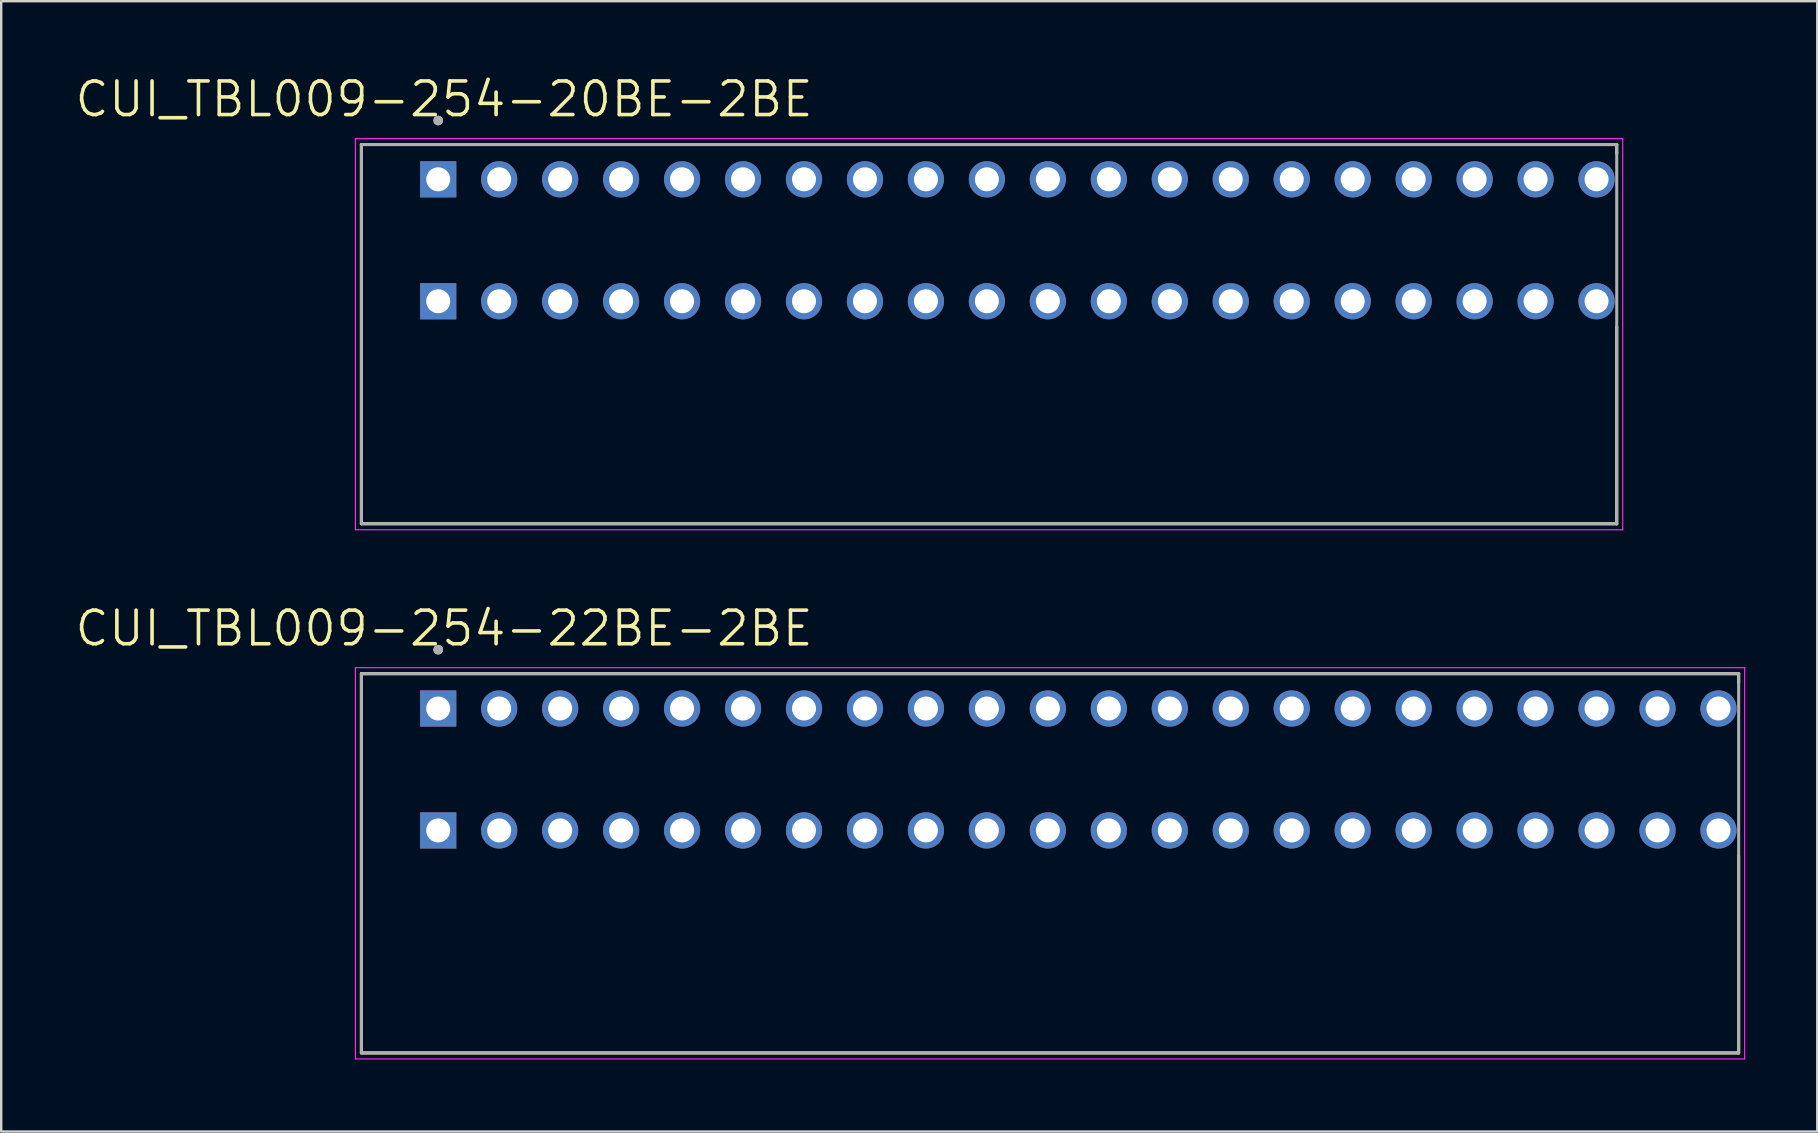
<source format=kicad_pcb>
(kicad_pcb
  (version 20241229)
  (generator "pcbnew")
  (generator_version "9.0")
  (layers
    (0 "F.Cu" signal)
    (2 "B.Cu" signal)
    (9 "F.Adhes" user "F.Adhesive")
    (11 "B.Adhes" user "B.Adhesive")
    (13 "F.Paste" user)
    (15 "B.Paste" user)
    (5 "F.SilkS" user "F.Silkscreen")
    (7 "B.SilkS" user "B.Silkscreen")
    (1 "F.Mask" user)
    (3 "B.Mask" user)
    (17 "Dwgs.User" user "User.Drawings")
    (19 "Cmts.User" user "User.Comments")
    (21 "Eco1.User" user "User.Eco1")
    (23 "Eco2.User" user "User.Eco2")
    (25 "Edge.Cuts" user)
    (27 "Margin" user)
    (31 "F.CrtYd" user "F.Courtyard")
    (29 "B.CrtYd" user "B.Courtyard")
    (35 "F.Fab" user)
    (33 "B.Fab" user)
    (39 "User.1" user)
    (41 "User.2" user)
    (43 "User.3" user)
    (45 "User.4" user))
  (footprint "CUI_TBL009-254-20BE-2BE"
    (layer "F.Cu")
    (at 15.207 4.421)
    (property "Reference" "CUI_TBL009-254-20BE-2BE" (at 0.245 -3.339 0) (layer "F.SilkS") (effects (font (size 1.4 1.4) (thickness 0.15))))
    (attr through_hole)
    (fp_line (start -3.2 -1.45) (end 49.1 -1.45) (stroke (width 0.127) (type solid)) (layer "F.SilkS"))
    (fp_line (start -3.2 14.35) (end -3.2 -1.45) (stroke (width 0.127) (type solid)) (layer "F.SilkS"))
    (fp_line (start 49.1 -1.45) (end 49.1 -1.07) (stroke (width 0.127) (type solid)) (layer "F.SilkS"))
    (fp_line (start 49.1 6.15) (end 49.1 14.35) (stroke (width 0.127) (type solid)) (layer "F.SilkS"))
    (fp_line (start 49.1 14.35) (end -3.2 14.35) (stroke (width 0.127) (type solid)) (layer "F.SilkS"))
    (fp_circle (center 0 -2.45) (end 0.1 -2.45) (stroke (width 0.2) (type solid)) (fill no) (layer "F.SilkS"))
    (fp_line (start -3.45 -1.7) (end 49.35 -1.7) (stroke (width 0.05) (type solid)) (layer "F.CrtYd"))
    (fp_line (start -3.45 14.6) (end -3.45 -1.7) (stroke (width 0.05) (type solid)) (layer "F.CrtYd"))
    (fp_line (start 49.35 -1.7) (end 49.35 14.6) (stroke (width 0.05) (type solid)) (layer "F.CrtYd"))
    (fp_line (start 49.35 14.6) (end -3.45 14.6) (stroke (width 0.05) (type solid)) (layer "F.CrtYd"))
    (fp_line (start -3.2 -1.45) (end 49.1 -1.45) (stroke (width 0.127) (type solid)) (layer "F.Fab"))
    (fp_line (start -3.2 14.35) (end -3.2 -1.45) (stroke (width 0.127) (type solid)) (layer "F.Fab"))
    (fp_line (start 49.1 -1.45) (end 49.1 14.35) (stroke (width 0.127) (type solid)) (layer "F.Fab"))
    (fp_line (start 49.1 14.35) (end -3.2 14.35) (stroke (width 0.127) (type solid)) (layer "F.Fab"))
    (fp_circle (center 0 -2.45) (end 0.1 -2.45) (stroke (width 0.2) (type solid)) (fill no) (layer "F.Fab"))
    (pad "1_A" thru_hole rect (at 0 0) (size 1.508 1.508) (drill 1) (layers "*.Cu" "*.Mask"))
    (pad "1_B" thru_hole rect (at 0 5.08) (size 1.508 1.508) (drill 1) (layers "*.Cu" "*.Mask"))
    (pad "2_A" thru_hole circle (at 2.54 0) (size 1.508 1.508) (drill 1) (layers "*.Cu" "*.Mask"))
    (pad "2_B" thru_hole circle (at 2.54 5.08) (size 1.508 1.508) (drill 1) (layers "*.Cu" "*.Mask"))
    (pad "3_A" thru_hole circle (at 5.08 0) (size 1.508 1.508) (drill 1) (layers "*.Cu" "*.Mask"))
    (pad "3_B" thru_hole circle (at 5.08 5.08) (size 1.508 1.508) (drill 1) (layers "*.Cu" "*.Mask"))
    (pad "4_A" thru_hole circle (at 7.62 0) (size 1.508 1.508) (drill 1) (layers "*.Cu" "*.Mask"))
    (pad "4_B" thru_hole circle (at 7.62 5.08) (size 1.508 1.508) (drill 1) (layers "*.Cu" "*.Mask"))
    (pad "5_A" thru_hole circle (at 10.16 0) (size 1.508 1.508) (drill 1) (layers "*.Cu" "*.Mask"))
    (pad "5_B" thru_hole circle (at 10.16 5.08) (size 1.508 1.508) (drill 1) (layers "*.Cu" "*.Mask"))
    (pad "6_A" thru_hole circle (at 12.7 0) (size 1.508 1.508) (drill 1) (layers "*.Cu" "*.Mask"))
    (pad "6_B" thru_hole circle (at 12.7 5.08) (size 1.508 1.508) (drill 1) (layers "*.Cu" "*.Mask"))
    (pad "7_A" thru_hole circle (at 15.24 0) (size 1.508 1.508) (drill 1) (layers "*.Cu" "*.Mask"))
    (pad "7_B" thru_hole circle (at 15.24 5.08) (size 1.508 1.508) (drill 1) (layers "*.Cu" "*.Mask"))
    (pad "8_A" thru_hole circle (at 17.78 0) (size 1.508 1.508) (drill 1) (layers "*.Cu" "*.Mask"))
    (pad "8_B" thru_hole circle (at 17.78 5.08) (size 1.508 1.508) (drill 1) (layers "*.Cu" "*.Mask"))
    (pad "9_A" thru_hole circle (at 20.32 0) (size 1.508 1.508) (drill 1) (layers "*.Cu" "*.Mask"))
    (pad "9_B" thru_hole circle (at 20.32 5.08) (size 1.508 1.508) (drill 1) (layers "*.Cu" "*.Mask"))
    (pad "10_A" thru_hole circle (at 22.86 0) (size 1.508 1.508) (drill 1) (layers "*.Cu" "*.Mask"))
    (pad "10_B" thru_hole circle (at 22.86 5.08) (size 1.508 1.508) (drill 1) (layers "*.Cu" "*.Mask"))
    (pad "11_A" thru_hole circle (at 25.4 0) (size 1.508 1.508) (drill 1) (layers "*.Cu" "*.Mask"))
    (pad "11_B" thru_hole circle (at 25.4 5.08) (size 1.508 1.508) (drill 1) (layers "*.Cu" "*.Mask"))
    (pad "12_A" thru_hole circle (at 27.94 0) (size 1.508 1.508) (drill 1) (layers "*.Cu" "*.Mask"))
    (pad "12_B" thru_hole circle (at 27.94 5.08) (size 1.508 1.508) (drill 1) (layers "*.Cu" "*.Mask"))
    (pad "13_A" thru_hole circle (at 30.48 0) (size 1.508 1.508) (drill 1) (layers "*.Cu" "*.Mask"))
    (pad "13_B" thru_hole circle (at 30.48 5.08) (size 1.508 1.508) (drill 1) (layers "*.Cu" "*.Mask"))
    (pad "14_A" thru_hole circle (at 33.02 0) (size 1.508 1.508) (drill 1) (layers "*.Cu" "*.Mask"))
    (pad "14_B" thru_hole circle (at 33.02 5.08) (size 1.508 1.508) (drill 1) (layers "*.Cu" "*.Mask"))
    (pad "15_A" thru_hole circle (at 35.56 0) (size 1.508 1.508) (drill 1) (layers "*.Cu" "*.Mask"))
    (pad "15_B" thru_hole circle (at 35.56 5.08) (size 1.508 1.508) (drill 1) (layers "*.Cu" "*.Mask"))
    (pad "16_A" thru_hole circle (at 38.1 0) (size 1.508 1.508) (drill 1) (layers "*.Cu" "*.Mask"))
    (pad "16_B" thru_hole circle (at 38.1 5.08) (size 1.508 1.508) (drill 1) (layers "*.Cu" "*.Mask"))
    (pad "17_A" thru_hole circle (at 40.64 0) (size 1.508 1.508) (drill 1) (layers "*.Cu" "*.Mask"))
    (pad "17_B" thru_hole circle (at 40.64 5.08) (size 1.508 1.508) (drill 1) (layers "*.Cu" "*.Mask"))
    (pad "18_A" thru_hole circle (at 43.18 0) (size 1.508 1.508) (drill 1) (layers "*.Cu" "*.Mask"))
    (pad "18_B" thru_hole circle (at 43.18 5.08) (size 1.508 1.508) (drill 1) (layers "*.Cu" "*.Mask"))
    (pad "19_A" thru_hole circle (at 45.72 0) (size 1.508 1.508) (drill 1) (layers "*.Cu" "*.Mask"))
    (pad "19_B" thru_hole circle (at 45.72 5.08) (size 1.508 1.508) (drill 1) (layers "*.Cu" "*.Mask"))
    (pad "20_A" thru_hole circle (at 48.26 0) (size 1.508 1.508) (drill 1) (layers "*.Cu" "*.Mask"))
    (pad "20_B" thru_hole circle (at 48.26 5.08) (size 1.508 1.508) (drill 1) (layers "*.Cu" "*.Mask")))
  (footprint "CUI_TBL009-254-22BE-2BE"
    (layer "F.Cu")
    (at 15.207 26.468)
    (property "Reference" "CUI_TBL009-254-22BE-2BE" (at 0.245 -3.339 0) (layer "F.SilkS") (effects (font (size 1.4 1.4) (thickness 0.15))))
    (attr through_hole)
    (fp_line (start -3.2 -1.45) (end 54.18 -1.45) (stroke (width 0.127) (type solid)) (layer "F.SilkS"))
    (fp_line (start -3.2 14.35) (end -3.2 -1.45) (stroke (width 0.127) (type solid)) (layer "F.SilkS"))
    (fp_line (start 54.18 -1.45) (end 54.18 -1.07) (stroke (width 0.127) (type solid)) (layer "F.SilkS"))
    (fp_line (start 54.18 6.15) (end 54.18 14.35) (stroke (width 0.127) (type solid)) (layer "F.SilkS"))
    (fp_line (start 54.18 14.35) (end -3.2 14.35) (stroke (width 0.127) (type solid)) (layer "F.SilkS"))
    (fp_circle (center 0 -2.45) (end 0.1 -2.45) (stroke (width 0.2) (type solid)) (fill no) (layer "F.SilkS"))
    (fp_line (start -3.45 -1.7) (end 54.43 -1.7) (stroke (width 0.05) (type solid)) (layer "F.CrtYd"))
    (fp_line (start -3.45 14.6) (end -3.45 -1.7) (stroke (width 0.05) (type solid)) (layer "F.CrtYd"))
    (fp_line (start 54.43 -1.7) (end 54.43 14.6) (stroke (width 0.05) (type solid)) (layer "F.CrtYd"))
    (fp_line (start 54.43 14.6) (end -3.45 14.6) (stroke (width 0.05) (type solid)) (layer "F.CrtYd"))
    (fp_line (start -3.2 -1.45) (end 54.18 -1.45) (stroke (width 0.127) (type solid)) (layer "F.Fab"))
    (fp_line (start -3.2 14.35) (end -3.2 -1.45) (stroke (width 0.127) (type solid)) (layer "F.Fab"))
    (fp_line (start 54.18 -1.45) (end 54.18 14.35) (stroke (width 0.127) (type solid)) (layer "F.Fab"))
    (fp_line (start 54.18 14.35) (end -3.2 14.35) (stroke (width 0.127) (type solid)) (layer "F.Fab"))
    (fp_circle (center 0 -2.45) (end 0.1 -2.45) (stroke (width 0.2) (type solid)) (fill no) (layer "F.Fab"))
    (pad "1_A" thru_hole rect (at 0 0) (size 1.508 1.508) (drill 1) (layers "*.Cu" "*.Mask"))
    (pad "1_B" thru_hole rect (at 0 5.08) (size 1.508 1.508) (drill 1) (layers "*.Cu" "*.Mask"))
    (pad "2_A" thru_hole circle (at 2.54 0) (size 1.508 1.508) (drill 1) (layers "*.Cu" "*.Mask"))
    (pad "2_B" thru_hole circle (at 2.54 5.08) (size 1.508 1.508) (drill 1) (layers "*.Cu" "*.Mask"))
    (pad "3_A" thru_hole circle (at 5.08 0) (size 1.508 1.508) (drill 1) (layers "*.Cu" "*.Mask"))
    (pad "3_B" thru_hole circle (at 5.08 5.08) (size 1.508 1.508) (drill 1) (layers "*.Cu" "*.Mask"))
    (pad "4_A" thru_hole circle (at 7.62 0) (size 1.508 1.508) (drill 1) (layers "*.Cu" "*.Mask"))
    (pad "4_B" thru_hole circle (at 7.62 5.08) (size 1.508 1.508) (drill 1) (layers "*.Cu" "*.Mask"))
    (pad "5_A" thru_hole circle (at 10.16 0) (size 1.508 1.508) (drill 1) (layers "*.Cu" "*.Mask"))
    (pad "5_B" thru_hole circle (at 10.16 5.08) (size 1.508 1.508) (drill 1) (layers "*.Cu" "*.Mask"))
    (pad "6_A" thru_hole circle (at 12.7 0) (size 1.508 1.508) (drill 1) (layers "*.Cu" "*.Mask"))
    (pad "6_B" thru_hole circle (at 12.7 5.08) (size 1.508 1.508) (drill 1) (layers "*.Cu" "*.Mask"))
    (pad "7_A" thru_hole circle (at 15.24 0) (size 1.508 1.508) (drill 1) (layers "*.Cu" "*.Mask"))
    (pad "7_B" thru_hole circle (at 15.24 5.08) (size 1.508 1.508) (drill 1) (layers "*.Cu" "*.Mask"))
    (pad "8_A" thru_hole circle (at 17.78 0) (size 1.508 1.508) (drill 1) (layers "*.Cu" "*.Mask"))
    (pad "8_B" thru_hole circle (at 17.78 5.08) (size 1.508 1.508) (drill 1) (layers "*.Cu" "*.Mask"))
    (pad "9_A" thru_hole circle (at 20.32 0) (size 1.508 1.508) (drill 1) (layers "*.Cu" "*.Mask"))
    (pad "9_B" thru_hole circle (at 20.32 5.08) (size 1.508 1.508) (drill 1) (layers "*.Cu" "*.Mask"))
    (pad "10_A" thru_hole circle (at 22.86 0) (size 1.508 1.508) (drill 1) (layers "*.Cu" "*.Mask"))
    (pad "10_B" thru_hole circle (at 22.86 5.08) (size 1.508 1.508) (drill 1) (layers "*.Cu" "*.Mask"))
    (pad "11_A" thru_hole circle (at 25.4 0) (size 1.508 1.508) (drill 1) (layers "*.Cu" "*.Mask"))
    (pad "11_B" thru_hole circle (at 25.4 5.08) (size 1.508 1.508) (drill 1) (layers "*.Cu" "*.Mask"))
    (pad "12_A" thru_hole circle (at 27.94 0) (size 1.508 1.508) (drill 1) (layers "*.Cu" "*.Mask"))
    (pad "12_B" thru_hole circle (at 27.94 5.08) (size 1.508 1.508) (drill 1) (layers "*.Cu" "*.Mask"))
    (pad "13_A" thru_hole circle (at 30.48 0) (size 1.508 1.508) (drill 1) (layers "*.Cu" "*.Mask"))
    (pad "13_B" thru_hole circle (at 30.48 5.08) (size 1.508 1.508) (drill 1) (layers "*.Cu" "*.Mask"))
    (pad "14_A" thru_hole circle (at 33.02 0) (size 1.508 1.508) (drill 1) (layers "*.Cu" "*.Mask"))
    (pad "14_B" thru_hole circle (at 33.02 5.08) (size 1.508 1.508) (drill 1) (layers "*.Cu" "*.Mask"))
    (pad "15_A" thru_hole circle (at 35.56 0) (size 1.508 1.508) (drill 1) (layers "*.Cu" "*.Mask"))
    (pad "15_B" thru_hole circle (at 35.56 5.08) (size 1.508 1.508) (drill 1) (layers "*.Cu" "*.Mask"))
    (pad "16_A" thru_hole circle (at 38.1 0) (size 1.508 1.508) (drill 1) (layers "*.Cu" "*.Mask"))
    (pad "16_B" thru_hole circle (at 38.1 5.08) (size 1.508 1.508) (drill 1) (layers "*.Cu" "*.Mask"))
    (pad "17_A" thru_hole circle (at 40.64 0) (size 1.508 1.508) (drill 1) (layers "*.Cu" "*.Mask"))
    (pad "17_B" thru_hole circle (at 40.64 5.08) (size 1.508 1.508) (drill 1) (layers "*.Cu" "*.Mask"))
    (pad "18_A" thru_hole circle (at 43.18 0) (size 1.508 1.508) (drill 1) (layers "*.Cu" "*.Mask"))
    (pad "18_B" thru_hole circle (at 43.18 5.08) (size 1.508 1.508) (drill 1) (layers "*.Cu" "*.Mask"))
    (pad "19_A" thru_hole circle (at 45.72 0) (size 1.508 1.508) (drill 1) (layers "*.Cu" "*.Mask"))
    (pad "19_B" thru_hole circle (at 45.72 5.08) (size 1.508 1.508) (drill 1) (layers "*.Cu" "*.Mask"))
    (pad "20_A" thru_hole circle (at 48.26 0) (size 1.508 1.508) (drill 1) (layers "*.Cu" "*.Mask"))
    (pad "20_B" thru_hole circle (at 48.26 5.08) (size 1.508 1.508) (drill 1) (layers "*.Cu" "*.Mask"))
    (pad "21_A" thru_hole circle (at 50.8 0) (size 1.508 1.508) (drill 1) (layers "*.Cu" "*.Mask"))
    (pad "21_B" thru_hole circle (at 50.8 5.08) (size 1.508 1.508) (drill 1) (layers "*.Cu" "*.Mask"))
    (pad "22_A" thru_hole circle (at 53.34 0) (size 1.508 1.508) (drill 1) (layers "*.Cu" "*.Mask"))
    (pad "22_B" thru_hole circle (at 53.34 5.08) (size 1.508 1.508) (drill 1) (layers "*.Cu" "*.Mask")))
  (gr_rect
    (start -3 -3)
    (end 72.662 44.093)
    (stroke (width 0.1) (type default))
    (fill no)
    (layer "Edge.Cuts")))
</source>
